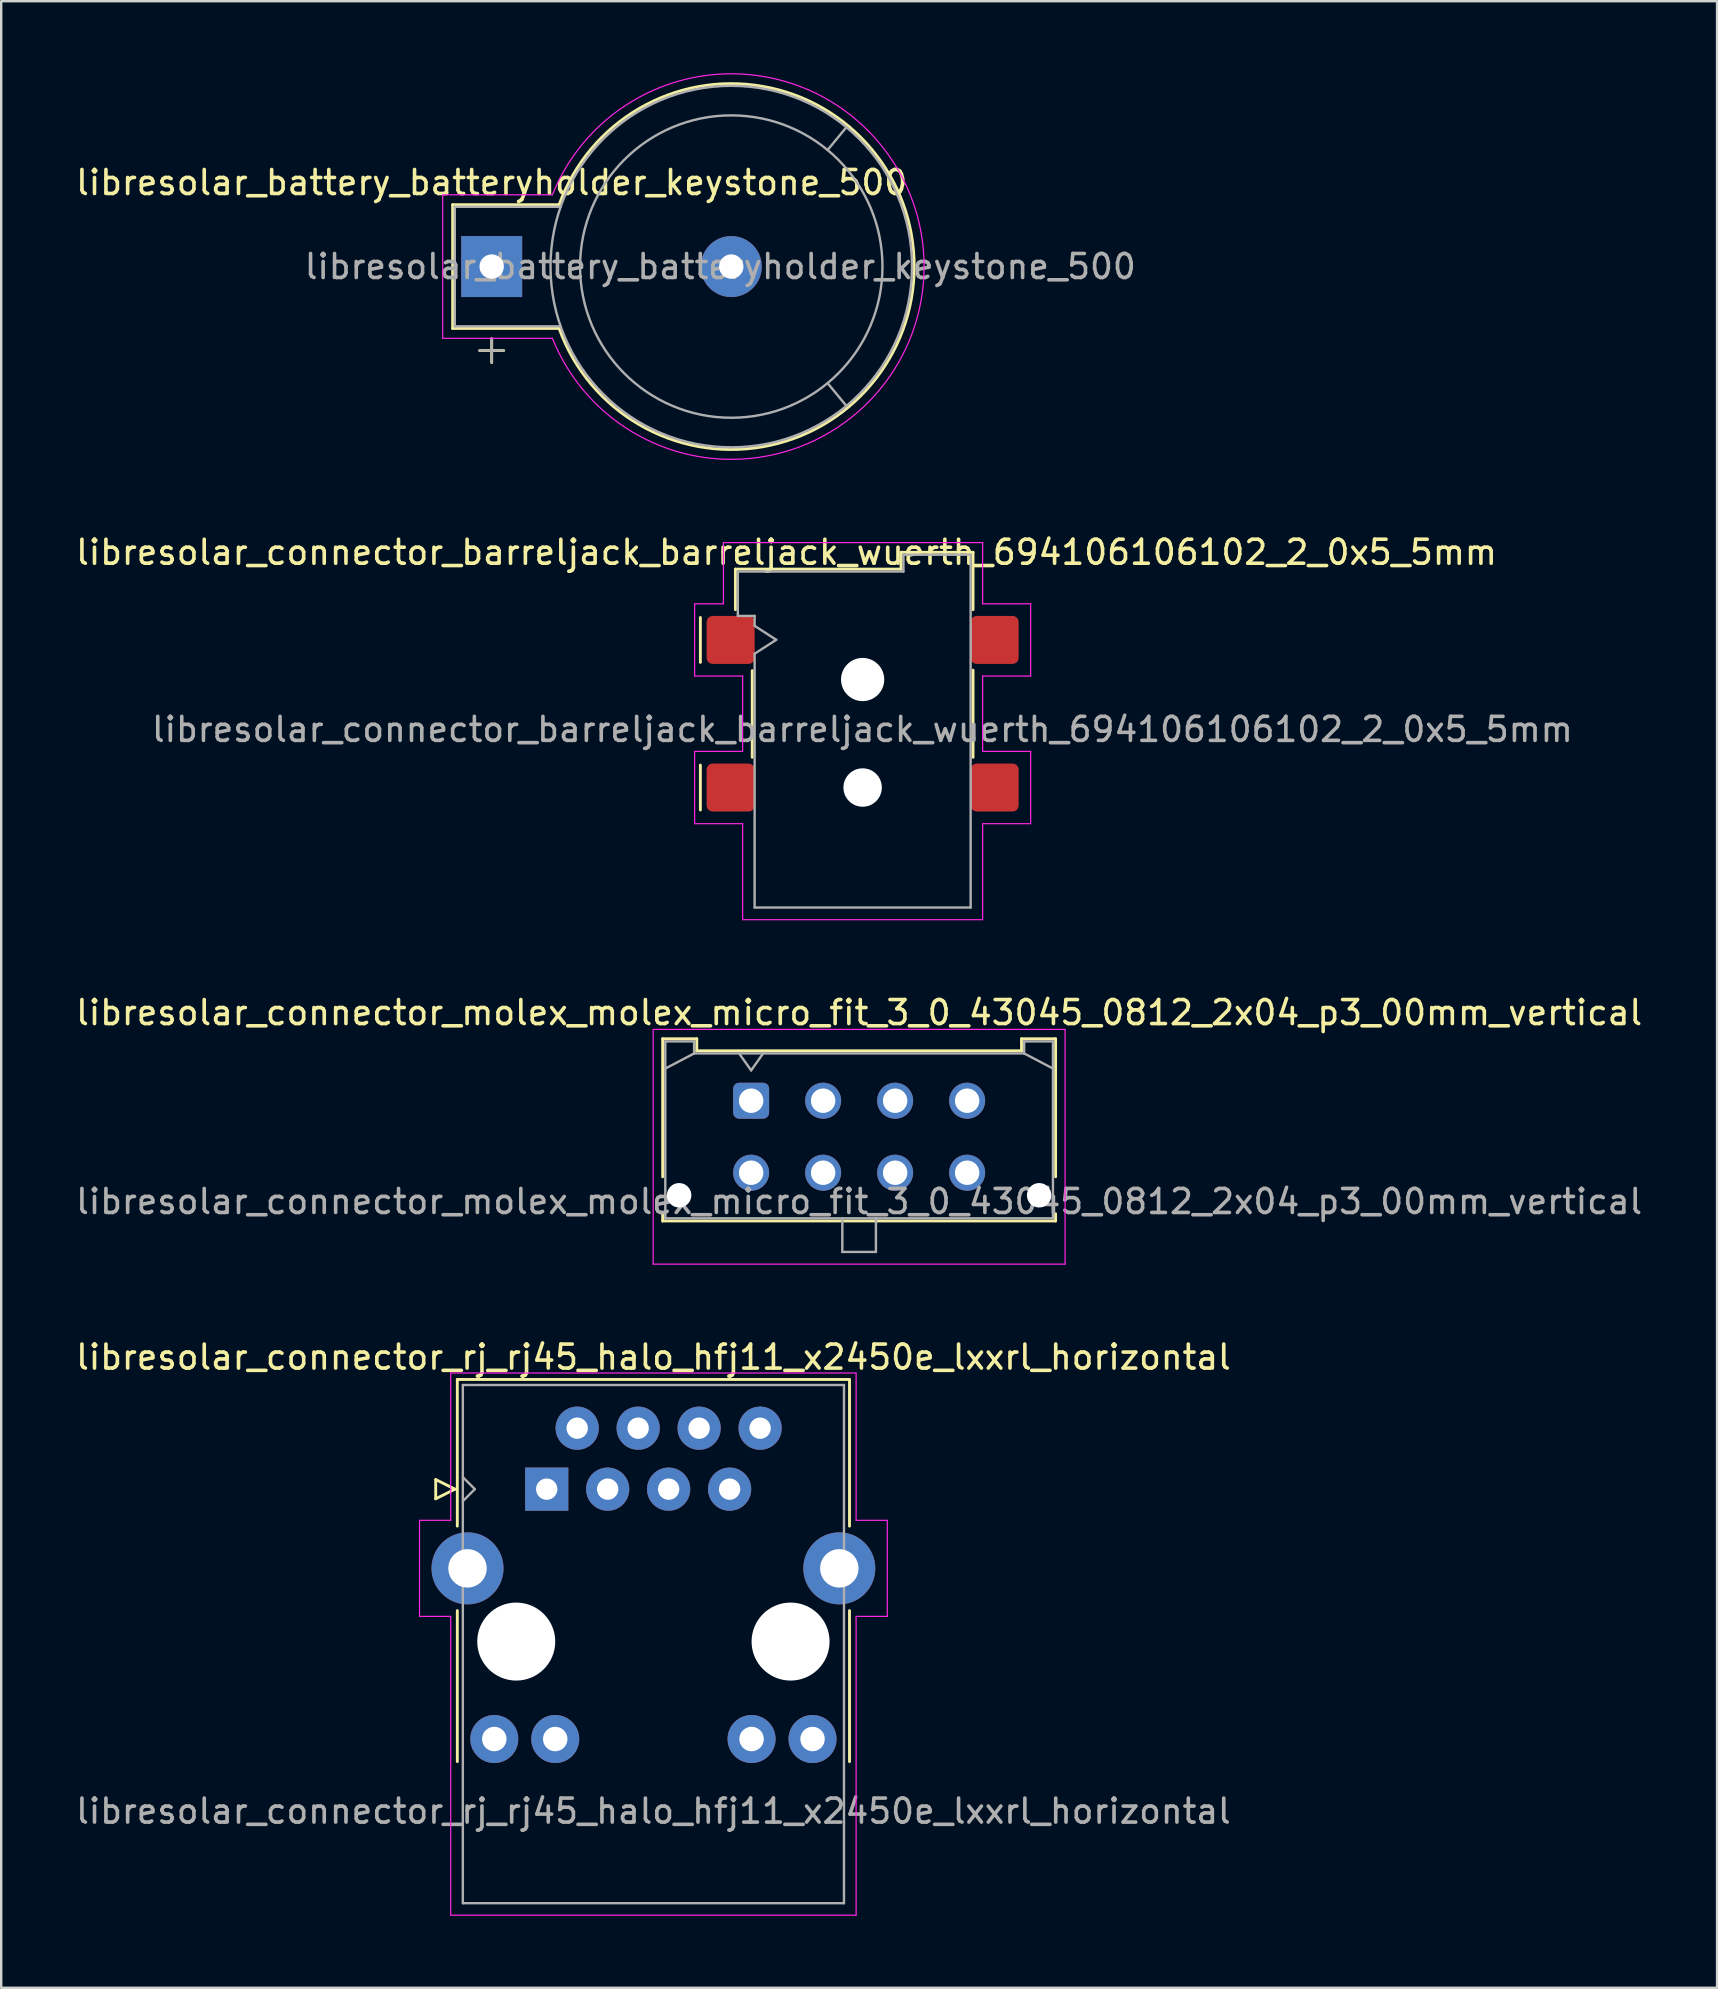
<source format=kicad_pcb>
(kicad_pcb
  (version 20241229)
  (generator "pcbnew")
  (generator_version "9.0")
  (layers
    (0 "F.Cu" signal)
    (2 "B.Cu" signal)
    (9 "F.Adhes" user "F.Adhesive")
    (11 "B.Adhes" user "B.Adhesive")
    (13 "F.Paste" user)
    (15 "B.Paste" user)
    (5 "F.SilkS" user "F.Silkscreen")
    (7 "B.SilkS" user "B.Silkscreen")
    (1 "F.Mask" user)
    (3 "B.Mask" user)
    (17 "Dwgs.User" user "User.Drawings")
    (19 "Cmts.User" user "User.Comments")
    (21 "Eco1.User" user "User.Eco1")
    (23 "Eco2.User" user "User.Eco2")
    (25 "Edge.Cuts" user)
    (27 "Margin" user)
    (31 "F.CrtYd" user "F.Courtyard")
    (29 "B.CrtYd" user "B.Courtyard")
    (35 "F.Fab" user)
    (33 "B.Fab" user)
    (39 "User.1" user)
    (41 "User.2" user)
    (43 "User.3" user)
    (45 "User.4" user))
  (footprint "libresolar_connector_molex_molex_micro_fit_3_0_43045_0812_2x04_p3_00mm_vertical"
    (layer "F.Cu")
    (at 28.244 42.809)
    (property "Reference" "libresolar_connector_molex_molex_micro_fit_3_0_43045_0812_2x04_p3_00mm_vertical" (at 4.5 -3.67 0) (layer "F.SilkS") (effects (font (size 1 1) (thickness 0.15))))
    (attr through_hole)
    (fp_line (start -3.685 -2.58) (end -2.265 -2.58) (stroke (width 0.12) (type solid)) (layer "F.SilkS"))
    (fp_line (start -3.685 3.17) (end -3.685 -2.58) (stroke (width 0.12) (type solid)) (layer "F.SilkS"))
    (fp_line (start -3.685 4.71) (end -3.685 5.01) (stroke (width 0.12) (type solid)) (layer "F.SilkS"))
    (fp_line (start -3.685 5.01) (end 12.685 5.01) (stroke (width 0.12) (type solid)) (layer "F.SilkS"))
    (fp_line (start -2.265 -2.58) (end -2.265 -2.08) (stroke (width 0.12) (type solid)) (layer "F.SilkS"))
    (fp_line (start -2.265 -2.08) (end 11.265 -2.08) (stroke (width 0.12) (type solid)) (layer "F.SilkS"))
    (fp_line (start 11.265 -2.58) (end 12.685 -2.58) (stroke (width 0.12) (type solid)) (layer "F.SilkS"))
    (fp_line (start 11.265 -2.08) (end 11.265 -2.58) (stroke (width 0.12) (type solid)) (layer "F.SilkS"))
    (fp_line (start 12.685 -2.58) (end 12.685 3.17) (stroke (width 0.12) (type solid)) (layer "F.SilkS"))
    (fp_line (start 12.685 5.01) (end 12.685 4.71) (stroke (width 0.12) (type solid)) (layer "F.SilkS"))
    (fp_line (start -4.08 -2.97) (end 13.08 -2.97) (stroke (width 0.05) (type solid)) (layer "F.CrtYd"))
    (fp_line (start -4.08 6.81) (end -4.08 -2.97) (stroke (width 0.05) (type solid)) (layer "F.CrtYd"))
    (fp_line (start 13.08 -2.97) (end 13.08 6.81) (stroke (width 0.05) (type solid)) (layer "F.CrtYd"))
    (fp_line (start 13.08 6.81) (end -4.08 6.81) (stroke (width 0.05) (type solid)) (layer "F.CrtYd"))
    (fp_line (start -3.575 -2.47) (end -3.575 4.9) (stroke (width 0.1) (type solid)) (layer "F.Fab"))
    (fp_line (start -3.575 -1.34) (end -2.375 -1.97) (stroke (width 0.1) (type solid)) (layer "F.Fab"))
    (fp_line (start -3.575 4.9) (end 12.575 4.9) (stroke (width 0.1) (type solid)) (layer "F.Fab"))
    (fp_line (start -2.375 -2.47) (end -3.575 -2.47) (stroke (width 0.1) (type solid)) (layer "F.Fab"))
    (fp_line (start -2.375 -1.97) (end -2.375 -2.47) (stroke (width 0.1) (type solid)) (layer "F.Fab"))
    (fp_line (start -0.5 -1.97) (end 0 -1.263) (stroke (width 0.1) (type solid)) (layer "F.Fab"))
    (fp_line (start 0 -1.263) (end 0.5 -1.97) (stroke (width 0.1) (type solid)) (layer "F.Fab"))
    (fp_line (start 3.8 4.9) (end 3.8 6.3) (stroke (width 0.1) (type solid)) (layer "F.Fab"))
    (fp_line (start 3.8 6.3) (end 5.2 6.3) (stroke (width 0.1) (type solid)) (layer "F.Fab"))
    (fp_line (start 5.2 6.3) (end 5.2 4.9) (stroke (width 0.1) (type solid)) (layer "F.Fab"))
    (fp_line (start 11.375 -2.47) (end 11.375 -1.97) (stroke (width 0.1) (type solid)) (layer "F.Fab"))
    (fp_line (start 11.375 -1.97) (end -2.375 -1.97) (stroke (width 0.1) (type solid)) (layer "F.Fab"))
    (fp_line (start 12.575 -2.47) (end 11.375 -2.47) (stroke (width 0.1) (type solid)) (layer "F.Fab"))
    (fp_line (start 12.575 -1.34) (end 11.375 -1.97) (stroke (width 0.1) (type solid)) (layer "F.Fab"))
    (fp_line (start 12.575 4.9) (end 12.575 -2.47) (stroke (width 0.1) (type solid)) (layer "F.Fab"))
    (fp_text user "${REFERENCE}" (at 4.5 4.2 0) (layer "F.Fab") (effects (font (size 1 1) (thickness 0.15))))
    (pad "" np_thru_hole circle (at -3 3.94) (size 1.02 1.02) (drill 1.02) (layers "*.Cu" "*.Mask"))
    (pad "" np_thru_hole circle (at 12 3.94) (size 1.02 1.02) (drill 1.02) (layers "*.Cu" "*.Mask"))
    (pad "1" thru_hole roundrect (at 0 0) (size 1.5 1.5) (drill 1.02) (layers "*.Cu" "*.Mask") (roundrect_rratio 0.167))
    (pad "2" thru_hole circle (at 3 0) (size 1.5 1.5) (drill 1.02) (layers "*.Cu" "*.Mask"))
    (pad "3" thru_hole circle (at 6 0) (size 1.5 1.5) (drill 1.02) (layers "*.Cu" "*.Mask"))
    (pad "4" thru_hole circle (at 9 0) (size 1.5 1.5) (drill 1.02) (layers "*.Cu" "*.Mask"))
    (pad "5" thru_hole circle (at 0 3) (size 1.5 1.5) (drill 1.02) (layers "*.Cu" "*.Mask"))
    (pad "6" thru_hole circle (at 3 3) (size 1.5 1.5) (drill 1.02) (layers "*.Cu" "*.Mask"))
    (pad "7" thru_hole circle (at 6 3) (size 1.5 1.5) (drill 1.02) (layers "*.Cu" "*.Mask"))
    (pad "8" thru_hole circle (at 9 3) (size 1.5 1.5) (drill 1.02) (layers "*.Cu" "*.Mask")))
  (footprint "libresolar_connector_rj_rj45_halo_hfj11_x2450e_lxxrl_horizontal"
    (layer "F.Cu")
    (at 19.728 58.993)
    (property "Reference" "libresolar_connector_rj_rj45_halo_hfj11_x2450e_lxxrl_horizontal" (at 4.445 -5.5 0) (layer "F.SilkS") (effects (font (size 1 1) (thickness 0.15))))
    (attr through_hole)
    (fp_line (start -4.625 -0.4) (end -4.625 0.4) (stroke (width 0.12) (type solid)) (layer "F.SilkS"))
    (fp_line (start -4.625 0.4) (end -3.825 0) (stroke (width 0.12) (type solid)) (layer "F.SilkS"))
    (fp_line (start -3.825 0) (end -4.625 -0.4) (stroke (width 0.12) (type solid)) (layer "F.SilkS"))
    (fp_line (start -3.725 -4.57) (end -3.725 1.54) (stroke (width 0.12) (type solid)) (layer "F.SilkS"))
    (fp_line (start -3.725 11.35) (end -3.725 5.06) (stroke (width 0.12) (type solid)) (layer "F.SilkS"))
    (fp_line (start 12.615 -4.57) (end -3.725 -4.57) (stroke (width 0.12) (type solid)) (layer "F.SilkS"))
    (fp_line (start 12.615 -4.57) (end 12.615 1.54) (stroke (width 0.12) (type solid)) (layer "F.SilkS"))
    (fp_line (start 12.615 11.35) (end 12.615 5.06) (stroke (width 0.12) (type solid)) (layer "F.SilkS"))
    (fp_line (start -5.3 1.3) (end -5.3 5.3) (stroke (width 0.05) (type default)) (layer "F.CrtYd"))
    (fp_line (start -5.3 5.3) (end -4 5.3) (stroke (width 0.05) (type default)) (layer "F.CrtYd"))
    (fp_line (start -4 -4.84) (end -4 1.3) (stroke (width 0.05) (type default)) (layer "F.CrtYd"))
    (fp_line (start -4 1.3) (end -5.3 1.3) (stroke (width 0.05) (type default)) (layer "F.CrtYd"))
    (fp_line (start -4 5.3) (end -4 17.75) (stroke (width 0.05) (type default)) (layer "F.CrtYd"))
    (fp_line (start -4 17.75) (end 12.89 17.75) (stroke (width 0.05) (type default)) (layer "F.CrtYd"))
    (fp_line (start 12.89 -4.84) (end -4 -4.84) (stroke (width 0.05) (type default)) (layer "F.CrtYd"))
    (fp_line (start 12.89 1.3) (end 12.89 -4.84) (stroke (width 0.05) (type default)) (layer "F.CrtYd"))
    (fp_line (start 12.89 5.3) (end 14.19 5.3) (stroke (width 0.05) (type default)) (layer "F.CrtYd"))
    (fp_line (start 12.89 17.75) (end 12.89 5.3) (stroke (width 0.05) (type default)) (layer "F.CrtYd"))
    (fp_line (start 14.19 1.3) (end 12.89 1.3) (stroke (width 0.05) (type default)) (layer "F.CrtYd"))
    (fp_line (start 14.19 5.3) (end 14.19 1.3) (stroke (width 0.05) (type default)) (layer "F.CrtYd"))
    (fp_line (start -3.495 -4.34) (end 12.385 -4.34) (stroke (width 0.1) (type solid)) (layer "F.Fab"))
    (fp_line (start -3.495 0.5) (end -2.995 0) (stroke (width 0.1) (type default)) (layer "F.Fab"))
    (fp_line (start -3.495 17.25) (end -3.495 -4.34) (stroke (width 0.1) (type solid)) (layer "F.Fab"))
    (fp_line (start -2.995 0) (end -3.495 -0.5) (stroke (width 0.1) (type default)) (layer "F.Fab"))
    (fp_line (start 12.385 -4.34) (end 12.385 17.25) (stroke (width 0.1) (type solid)) (layer "F.Fab"))
    (fp_line (start 12.385 17.25) (end -3.495 17.25) (stroke (width 0.1) (type solid)) (layer "F.Fab"))
    (fp_text user "${REFERENCE}" (at 4.445 14 0) (unlocked yes) (layer "F.Fab") (effects (font (size 1 1) (thickness 0.15)) (justify bottom)))
    (pad "" np_thru_hole circle (at -1.27 6.35) (size 3.25 3.25) (drill 3.25) (layers "*.Cu" "*.Mask"))
    (pad "" np_thru_hole circle (at 10.16 6.35) (size 3.25 3.25) (drill 3.25) (layers "*.Cu" "*.Mask"))
    (pad "1" thru_hole rect (at 0 0) (size 1.8 1.8) (drill 0.89) (layers "*.Cu" "*.Mask"))
    (pad "2" thru_hole circle (at 1.27 -2.54) (size 1.8 1.8) (drill 0.89) (layers "*.Cu" "*.Mask"))
    (pad "3" thru_hole circle (at 2.54 0) (size 1.8 1.8) (drill 0.89) (layers "*.Cu" "*.Mask"))
    (pad "4" thru_hole circle (at 3.81 -2.54) (size 1.8 1.8) (drill 0.89) (layers "*.Cu" "*.Mask"))
    (pad "5" thru_hole circle (at 5.08 0) (size 1.8 1.8) (drill 0.89) (layers "*.Cu" "*.Mask"))
    (pad "6" thru_hole circle (at 6.35 -2.54) (size 1.8 1.8) (drill 0.89) (layers "*.Cu" "*.Mask"))
    (pad "7" thru_hole circle (at 7.62 0) (size 1.8 1.8) (drill 0.89) (layers "*.Cu" "*.Mask"))
    (pad "8" thru_hole circle (at 8.89 -2.54) (size 1.8 1.8) (drill 0.89) (layers "*.Cu" "*.Mask"))
    (pad "9" thru_hole circle (at -2.185 10.41) (size 2 2) (drill 1.02) (layers "*.Cu" "*.Mask"))
    (pad "10" thru_hole circle (at 0.355 10.41) (size 2 2) (drill 1.02) (layers "*.Cu" "*.Mask"))
    (pad "11" thru_hole circle (at 8.535 10.41) (size 2 2) (drill 1.02) (layers "*.Cu" "*.Mask"))
    (pad "12" thru_hole circle (at 11.075 10.41) (size 2 2) (drill 1.02) (layers "*.Cu" "*.Mask"))
    (pad "SH" thru_hole circle (at -3.3 3.3) (size 3 3) (drill 1.6) (layers "*.Cu" "*.Mask"))
    (pad "SH" thru_hole circle (at 12.19 3.3) (size 3 3) (drill 1.6) (layers "*.Cu" "*.Mask")))
  (footprint "libresolar_connector_barreljack_barreljack_wuerth_694106106102_2_0x5_5mm"
    (layer "F.Cu")
    (at 32.89 26.686)
    (property "Reference" "libresolar_connector_barreljack_barreljack_wuerth_694106106102_2_0x5_5mm" (at -3.17 -6.725 0) (layer "F.SilkS") (effects (font (size 1 1) (thickness 0.15))))
    (attr smd)
    (fp_circle (center 0 -1.425) (end 0.9 -1.425) (stroke (width 0.12) (type solid)) (fill no) (layer "B.Mask"))
    (fp_circle (center 0 3.075) (end 0.8 3.075) (stroke (width 0.12) (type solid)) (fill no) (layer "B.Mask"))
    (fp_line (start -6.76 -4.01) (end -6.76 -2.14) (stroke (width 0.12) (type default)) (layer "F.SilkS"))
    (fp_line (start -6.76 2.14) (end -6.76 4.01) (stroke (width 0.12) (type default)) (layer "F.SilkS"))
    (fp_line (start -5.3 -4.335) (end -5.3 -6.025) (stroke (width 0.12) (type solid)) (layer "F.SilkS"))
    (fp_line (start -4.6 -1.795) (end -4.6 1.815) (stroke (width 0.12) (type solid)) (layer "F.SilkS"))
    (fp_line (start 1.6 -6.725) (end 1.6 -6.025) (stroke (width 0.12) (type solid)) (layer "F.SilkS"))
    (fp_line (start 1.6 -6.025) (end -5.3 -6.025) (stroke (width 0.12) (type solid)) (layer "F.SilkS"))
    (fp_line (start 4.6 -6.725) (end 1.6 -6.725) (stroke (width 0.12) (type solid)) (layer "F.SilkS"))
    (fp_line (start 4.6 -6.725) (end 4.6 -4.335) (stroke (width 0.12) (type default)) (layer "F.SilkS"))
    (fp_line (start 4.6 -1.815) (end 4.6 1.815) (stroke (width 0.12) (type solid)) (layer "F.SilkS"))
    (fp_line (start -7 -4.58) (end -7 -1.57) (stroke (width 0.05) (type default)) (layer "F.CrtYd"))
    (fp_line (start -7 1.57) (end -7 4.58) (stroke (width 0.05) (type default)) (layer "F.CrtYd"))
    (fp_line (start -5.8 -7.13) (end -5.8 -4.58) (stroke (width 0.05) (type default)) (layer "F.CrtYd"))
    (fp_line (start -5.8 -7.13) (end 5 -7.13) (stroke (width 0.05) (type solid)) (layer "F.CrtYd"))
    (fp_line (start -5.8 -4.58) (end -7 -4.58) (stroke (width 0.05) (type default)) (layer "F.CrtYd"))
    (fp_line (start -5 -1.57) (end -7 -1.57) (stroke (width 0.05) (type default)) (layer "F.CrtYd"))
    (fp_line (start -5 -1.57) (end -5 1.57) (stroke (width 0.05) (type default)) (layer "F.CrtYd"))
    (fp_line (start -5 1.57) (end -7 1.57) (stroke (width 0.05) (type default)) (layer "F.CrtYd"))
    (fp_line (start -5 4.58) (end -7 4.58) (stroke (width 0.05) (type default)) (layer "F.CrtYd"))
    (fp_line (start -5 8.58) (end -5 4.58) (stroke (width 0.05) (type solid)) (layer "F.CrtYd"))
    (fp_line (start 5 -7.13) (end 5 -4.58) (stroke (width 0.05) (type default)) (layer "F.CrtYd"))
    (fp_line (start 5 -4.58) (end 7 -4.58) (stroke (width 0.05) (type default)) (layer "F.CrtYd"))
    (fp_line (start 5 -1.57) (end 5 1.57) (stroke (width 0.05) (type default)) (layer "F.CrtYd"))
    (fp_line (start 5 1.57) (end 7 1.57) (stroke (width 0.05) (type default)) (layer "F.CrtYd"))
    (fp_line (start 5 4.58) (end 5 8.58) (stroke (width 0.05) (type default)) (layer "F.CrtYd"))
    (fp_line (start 5 8.58) (end -5 8.58) (stroke (width 0.05) (type solid)) (layer "F.CrtYd"))
    (fp_line (start 7 -4.58) (end 7 -1.57) (stroke (width 0.05) (type default)) (layer "F.CrtYd"))
    (fp_line (start 7 -1.57) (end 5 -1.57) (stroke (width 0.05) (type default)) (layer "F.CrtYd"))
    (fp_line (start 7 1.57) (end 7 4.58) (stroke (width 0.05) (type default)) (layer "F.CrtYd"))
    (fp_line (start 7 4.58) (end 5 4.58) (stroke (width 0.05) (type default)) (layer "F.CrtYd"))
    (fp_line (start -5.2 -5.925) (end -5.2 -4.075) (stroke (width 0.1) (type default)) (layer "F.Fab"))
    (fp_line (start -5.2 -4.075) (end -4.5 -4.075) (stroke (width 0.1) (type default)) (layer "F.Fab"))
    (fp_line (start -4.5 -4.075) (end -4.5 -3.66) (stroke (width 0.1) (type default)) (layer "F.Fab"))
    (fp_line (start -4.5 -3.66) (end -3.6 -3.08) (stroke (width 0.1) (type default)) (layer "F.Fab"))
    (fp_line (start -4.5 -2.5) (end -4.5 8.075) (stroke (width 0.1) (type default)) (layer "F.Fab"))
    (fp_line (start -4.5 8.075) (end 4.5 8.075) (stroke (width 0.1) (type default)) (layer "F.Fab"))
    (fp_line (start -3.6 -3.08) (end -4.5 -2.5) (stroke (width 0.1) (type default)) (layer "F.Fab"))
    (fp_line (start 1.7 -6.625) (end 1.7 -5.925) (stroke (width 0.1) (type default)) (layer "F.Fab"))
    (fp_line (start 1.7 -5.925) (end -5.2 -5.925) (stroke (width 0.1) (type default)) (layer "F.Fab"))
    (fp_line (start 4.5 -6.625) (end 1.7 -6.625) (stroke (width 0.1) (type default)) (layer "F.Fab"))
    (fp_line (start 4.5 8.075) (end 4.5 -6.625) (stroke (width 0.1) (type default)) (layer "F.Fab"))
    (fp_text user "${REFERENCE}" (at -0.01 0.655 0) (layer "F.Fab") (effects (font (size 1 1) (thickness 0.15))))
    (pad "" np_thru_hole circle (at 0 -1.425) (size 1.8 1.8) (drill 1.8) (layers "*.Cu" "*.Mask"))
    (pad "" np_thru_hole circle (at 0 3.075) (size 1.6 1.6) (drill 1.6) (layers "*.Cu" "*.Mask"))
    (pad "1" smd roundrect (at -5.5 -3.075) (size 2 2) (layers "F.Cu" "F.Mask" "F.Paste") (roundrect_rratio 0.125))
    (pad "1" smd roundrect (at -5.5 3.075) (size 2 2) (layers "F.Cu" "F.Mask" "F.Paste") (roundrect_rratio 0.125))
    (pad "2" smd roundrect (at 5.5 3.075) (size 2 2) (layers "F.Cu" "F.Mask" "F.Paste") (roundrect_rratio 0.125))
    (pad "3" smd roundrect (at 5.5 -3.075) (size 2 2) (layers "F.Cu" "F.Mask" "F.Paste") (roundrect_rratio 0.125)))
  (footprint "libresolar_battery_batteryholder_keystone_500"
    (layer "F.Cu")
    (at 17.435 8.056)
    (property "Reference" "libresolar_battery_batteryholder_keystone_500" (at 0 -3.5 0) (layer "F.SilkS") (effects (font (size 1 1) (thickness 0.15))))
    (attr through_hole)
    (fp_line (start -1.626 -2.578) (end -1.626 2.578) (stroke (width 0.12) (type default)) (layer "F.SilkS"))
    (fp_line (start -1.626 -2.578) (end 2.81 -2.578) (stroke (width 0.12) (type solid)) (layer "F.SilkS"))
    (fp_line (start -1.626 2.578) (end 2.81 2.578) (stroke (width 0.12) (type solid)) (layer "F.SilkS"))
    (fp_line (start 0 3) (end 0 4) (stroke (width 0.12) (type default)) (layer "F.SilkS"))
    (fp_line (start 0.5 3.5) (end -0.5 3.5) (stroke (width 0.12) (type default)) (layer "F.SilkS"))
    (fp_arc (start 2.81 -2.5781) (mid 17.603686 0) (end 2.81 2.5781) (stroke (width 0.12) (type default)) (layer "F.SilkS"))
    (fp_line (start -2.04 -2.99) (end 2.53 -2.99) (stroke (width 0.05) (type solid)) (layer "F.CrtYd"))
    (fp_line (start -2.04 2.99) (end -2.04 -2.99) (stroke (width 0.05) (type solid)) (layer "F.CrtYd"))
    (fp_line (start -2.04 2.99) (end 2.53 2.99) (stroke (width 0.05) (type solid)) (layer "F.CrtYd"))
    (fp_arc (start 2.53 -2.99) (mid 18.015634 0) (end 2.53 2.99) (stroke (width 0.05) (type default)) (layer "F.CrtYd"))
    (fp_line (start -1.537 -2.489) (end 2.87 -2.489) (stroke (width 0.1) (type solid)) (layer "F.Fab"))
    (fp_line (start -1.537 2.489) (end -1.537 -2.489) (stroke (width 0.1) (type solid)) (layer "F.Fab"))
    (fp_line (start -1.537 2.489) (end 2.87 2.489) (stroke (width 0.1) (type solid)) (layer "F.Fab"))
    (fp_line (start 0 3) (end 0 4) (stroke (width 0.1) (type default)) (layer "F.Fab"))
    (fp_line (start 0.5 3.5) (end -0.5 3.5) (stroke (width 0.1) (type default)) (layer "F.Fab"))
    (fp_line (start 13.995 -4.856) (end 14.771 -5.796) (stroke (width 0.1) (type solid)) (layer "F.Fab"))
    (fp_line (start 13.995 4.856) (end 14.771 5.796) (stroke (width 0.1) (type solid)) (layer "F.Fab"))
    (fp_circle (center 9.982 0) (end 16.281 0) (stroke (width 0.1) (type solid)) (fill no) (layer "F.Fab"))
    (fp_circle (center 9.982 0) (end 17.513 0) (stroke (width 0.1) (type default)) (fill no) (layer "F.Fab"))
    (fp_text user "${REFERENCE}" (at 9.525 0 0) (layer "F.Fab") (effects (font (size 1 1) (thickness 0.15))))
    (pad "1" thru_hole rect (at 0 0) (size 2.54 2.54) (drill 1.016) (layers "*.Cu" "*.Mask"))
    (pad "2" thru_hole circle (at 9.982 0) (size 2.54 2.54) (drill 1.016) (layers "*.Cu" "*.Mask")))
  (gr_rect
    (start -3 -3)
    (end 68.488 79.768)
    (stroke (width 0.1) (type default))
    (fill no)
    (layer "Edge.Cuts")))
</source>
